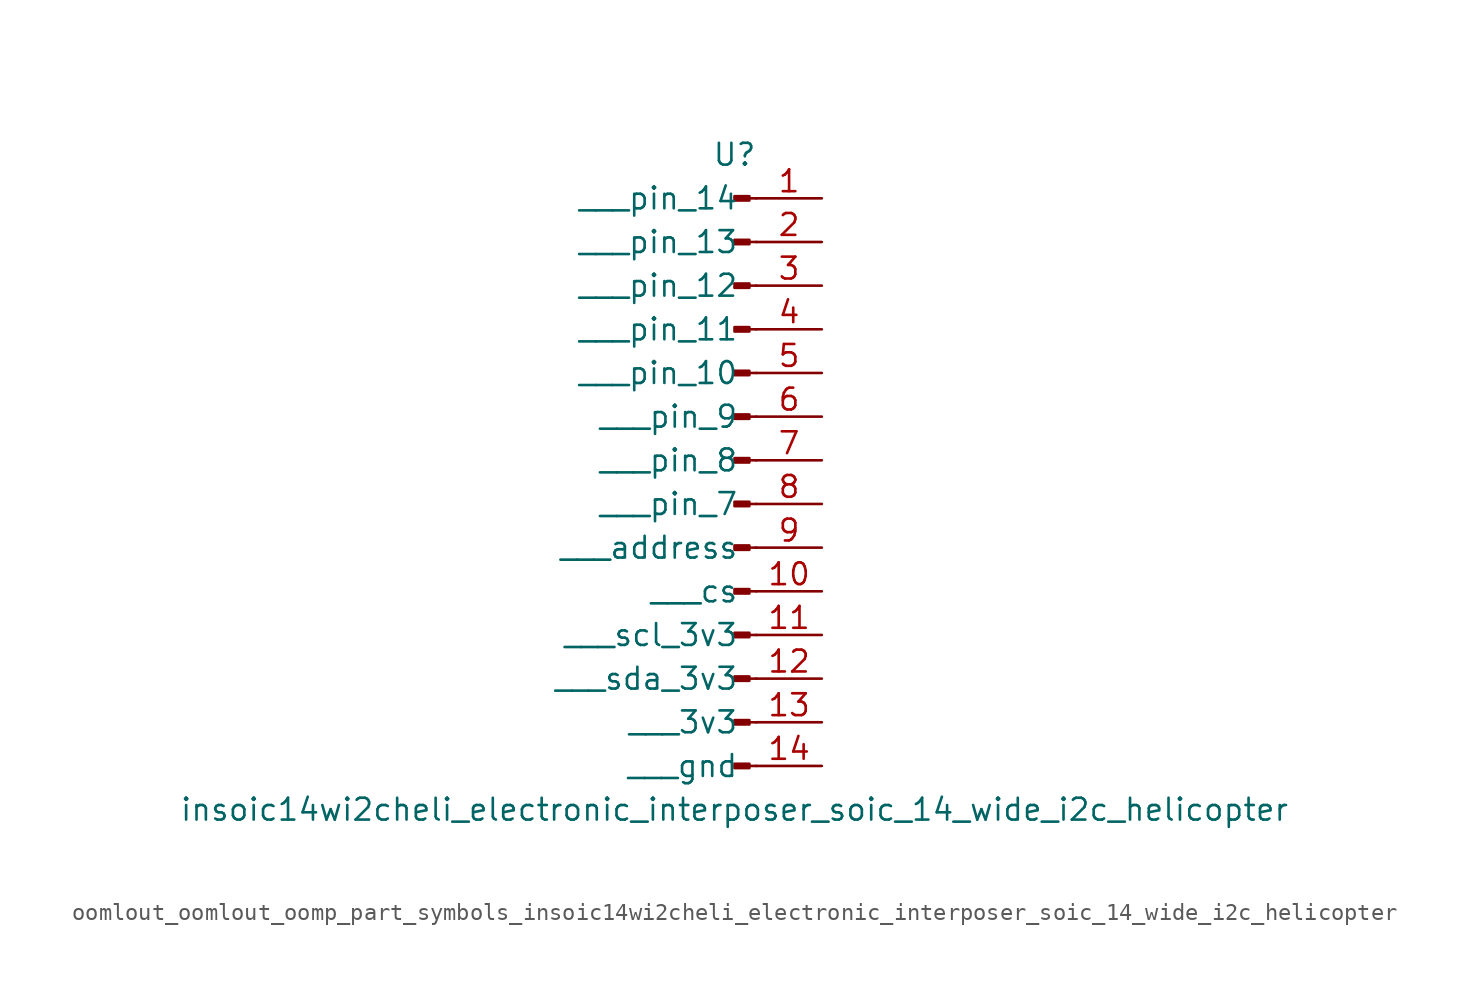
<source format=kicad_sym>
(kicad_symbol_lib
  (version 20220914)
  (generator kicad_symbol_editor)
  (symbol "oomlout_oomlout_oomp_part_symbols_insoic14wi2cheli_electronic_interposer_soic_14_wide_i2c_helicopter"
    (pin_names
      (offset 1.016))
    (property "Reference" "U"
      (at 0 17.78 0)
      (effects (font (size 1.27 1.27))))
    (property "Value" "insoic14wi2cheli_electronic_interposer_soic_14_wide_i2c_helicopter"
      (at 0 -20.32 0)
      (effects (font (size 1.27 1.27))))
    (property "ki_locked" ""
      (at 0 0 0)
      (effects (font (size 1.27 1.27))))
    (symbol "oomlout_oomlout_oomp_part_symbols_insoic14wi2cheli_electronic_interposer_soic_14_wide_i2c_helicopter_1_1"
      (polyline (pts (xy 1.27 -17.78) (xy 0.864 -17.78)) (stroke (width 0.152) (type default)) (fill (type none)))
      (polyline (pts (xy 1.27 -15.24) (xy 0.864 -15.24)) (stroke (width 0.152) (type default)) (fill (type none)))
      (polyline (pts (xy 1.27 -12.7) (xy 0.864 -12.7)) (stroke (width 0.152) (type default)) (fill (type none)))
      (polyline (pts (xy 1.27 -10.16) (xy 0.864 -10.16)) (stroke (width 0.152) (type default)) (fill (type none)))
      (polyline (pts (xy 1.27 -7.62) (xy 0.864 -7.62)) (stroke (width 0.152) (type default)) (fill (type none)))
      (polyline (pts (xy 1.27 -5.08) (xy 0.864 -5.08)) (stroke (width 0.152) (type default)) (fill (type none)))
      (polyline (pts (xy 1.27 -2.54) (xy 0.864 -2.54)) (stroke (width 0.152) (type default)) (fill (type none)))
      (polyline (pts (xy 1.27 0) (xy 0.864 0)) (stroke (width 0.152) (type default)) (fill (type none)))
      (polyline (pts (xy 1.27 2.54) (xy 0.864 2.54)) (stroke (width 0.152) (type default)) (fill (type none)))
      (polyline (pts (xy 1.27 5.08) (xy 0.864 5.08)) (stroke (width 0.152) (type default)) (fill (type none)))
      (polyline (pts (xy 1.27 7.62) (xy 0.864 7.62)) (stroke (width 0.152) (type default)) (fill (type none)))
      (polyline (pts (xy 1.27 10.16) (xy 0.864 10.16)) (stroke (width 0.152) (type default)) (fill (type none)))
      (polyline (pts (xy 1.27 12.7) (xy 0.864 12.7)) (stroke (width 0.152) (type default)) (fill (type none)))
      (polyline (pts (xy 1.27 15.24) (xy 0.864 15.24)) (stroke (width 0.152) (type default)) (fill (type none)))
      (rectangle (start 0.864 -17.653) (end 0 -17.907) (stroke (width 0.152) (type default)) (fill (type outline)))
      (rectangle (start 0.864 -15.113) (end 0 -15.367) (stroke (width 0.152) (type default)) (fill (type outline)))
      (rectangle (start 0.864 -12.573) (end 0 -12.827) (stroke (width 0.152) (type default)) (fill (type outline)))
      (rectangle (start 0.864 -10.033) (end 0 -10.287) (stroke (width 0.152) (type default)) (fill (type outline)))
      (rectangle (start 0.864 -7.493) (end 0 -7.747) (stroke (width 0.152) (type default)) (fill (type outline)))
      (rectangle (start 0.864 -4.953) (end 0 -5.207) (stroke (width 0.152) (type default)) (fill (type outline)))
      (rectangle (start 0.864 -2.413) (end 0 -2.667) (stroke (width 0.152) (type default)) (fill (type outline)))
      (rectangle (start 0.864 0.127) (end 0 -0.127) (stroke (width 0.152) (type default)) (fill (type outline)))
      (rectangle (start 0.864 2.667) (end 0 2.413) (stroke (width 0.152) (type default)) (fill (type outline)))
      (rectangle (start 0.864 5.207) (end 0 4.953) (stroke (width 0.152) (type default)) (fill (type outline)))
      (rectangle (start 0.864 7.747) (end 0 7.493) (stroke (width 0.152) (type default)) (fill (type outline)))
      (rectangle (start 0.864 10.287) (end 0 10.033) (stroke (width 0.152) (type default)) (fill (type outline)))
      (rectangle (start 0.864 12.827) (end 0 12.573) (stroke (width 0.152) (type default)) (fill (type outline)))
      (rectangle (start 0.864 15.367) (end 0 15.113) (stroke (width 0.152) (type default)) (fill (type outline)))
      (pin passive line (at 5.08 15.24 180) (length 3.81) (name "   pin_14" (effects (font (size 1.27 1.27)))) (number "1" (effects (font (size 1.27 1.27)))))
      (pin passive line (at 5.08 -7.62 180) (length 3.81) (name "   cs" (effects (font (size 1.27 1.27)))) (number "10" (effects (font (size 1.27 1.27)))))
      (pin passive line (at 5.08 -10.16 180) (length 3.81) (name "   scl_3v3" (effects (font (size 1.27 1.27)))) (number "11" (effects (font (size 1.27 1.27)))))
      (pin passive line (at 5.08 -12.7 180) (length 3.81) (name "   sda_3v3" (effects (font (size 1.27 1.27)))) (number "12" (effects (font (size 1.27 1.27)))))
      (pin passive line (at 5.08 -15.24 180) (length 3.81) (name "   3v3" (effects (font (size 1.27 1.27)))) (number "13" (effects (font (size 1.27 1.27)))))
      (pin passive line (at 5.08 -17.78 180) (length 3.81) (name "   gnd" (effects (font (size 1.27 1.27)))) (number "14" (effects (font (size 1.27 1.27)))))
      (pin passive line (at 5.08 12.7 180) (length 3.81) (name "   pin_13" (effects (font (size 1.27 1.27)))) (number "2" (effects (font (size 1.27 1.27)))))
      (pin passive line (at 5.08 10.16 180) (length 3.81) (name "   pin_12" (effects (font (size 1.27 1.27)))) (number "3" (effects (font (size 1.27 1.27)))))
      (pin passive line (at 5.08 7.62 180) (length 3.81) (name "   pin_11" (effects (font (size 1.27 1.27)))) (number "4" (effects (font (size 1.27 1.27)))))
      (pin passive line (at 5.08 5.08 180) (length 3.81) (name "   pin_10" (effects (font (size 1.27 1.27)))) (number "5" (effects (font (size 1.27 1.27)))))
      (pin passive line (at 5.08 2.54 180) (length 3.81) (name "   pin_9" (effects (font (size 1.27 1.27)))) (number "6" (effects (font (size 1.27 1.27)))))
      (pin passive line (at 5.08 0 180) (length 3.81) (name "   pin_8" (effects (font (size 1.27 1.27)))) (number "7" (effects (font (size 1.27 1.27)))))
      (pin passive line (at 5.08 -2.54 180) (length 3.81) (name "   pin_7" (effects (font (size 1.27 1.27)))) (number "8" (effects (font (size 1.27 1.27)))))
      (pin passive line (at 5.08 -5.08 180) (length 3.81) (name "   address" (effects (font (size 1.27 1.27)))) (number "9" (effects (font (size 1.27 1.27))))))))
</source>
